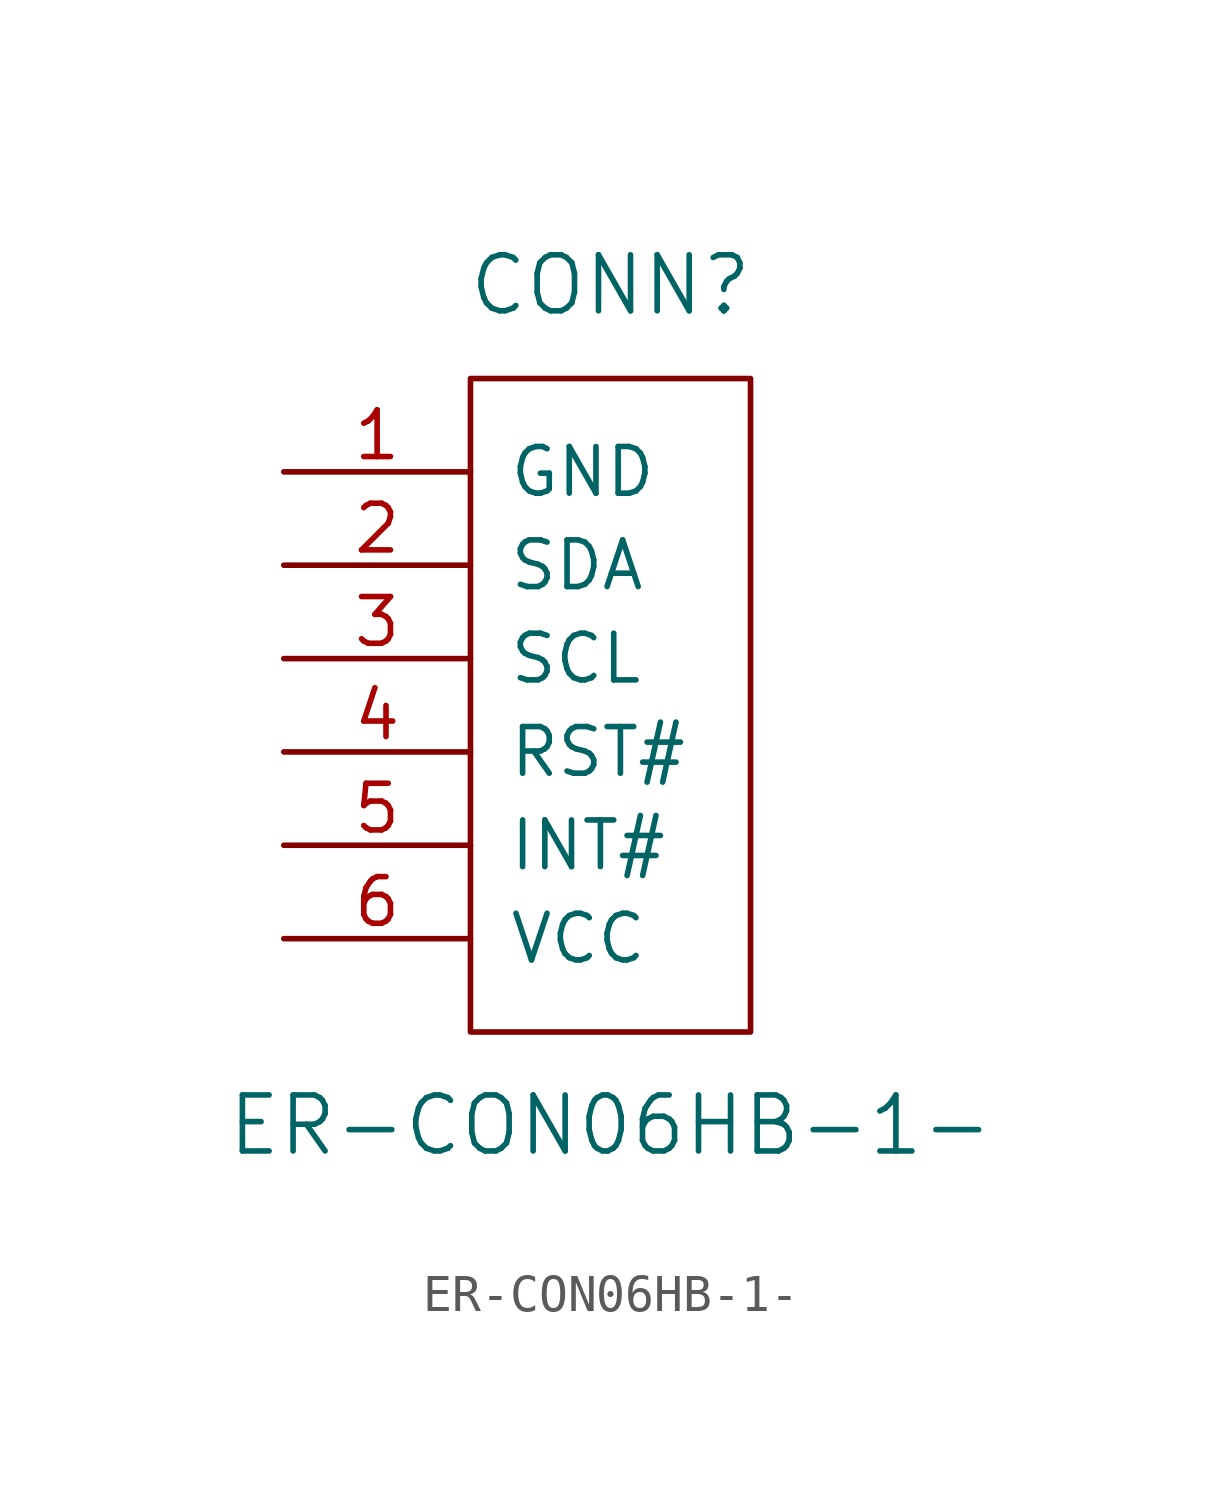
<source format=kicad_sym>
(kicad_symbol_lib
  (version 20220914)
  (generator kicad_symbol_editor)
  (symbol "ER-CON06HB-1-"
    (pin_names
      (offset 1.016))
    (property "Reference" "CONN"
      (at 0 13.97 0)
      (effects (font (size 1.524 1.524))))
    (property "Value" "ER-CON06HB-1-"
      (at 0 -8.89 0)
      (effects (font (size 1.524 1.524))))
    (symbol "ER-CON06HB-1-_0_1"
      (rectangle (start -3.81 11.43) (end 3.81 -6.35) (stroke (width 0) (type solid)) (fill (type none))))
    (symbol "ER-CON06HB-1-_1_1"
      (pin power_in line (at -8.89 8.89 0) (length 5.08) (name "GND" (effects (font (size 1.27 1.27)))) (number "1" (effects (font (size 1.27 1.27)))))
      (pin bidirectional line (at -8.89 6.35 0) (length 5.08) (name "SDA" (effects (font (size 1.27 1.27)))) (number "2" (effects (font (size 1.27 1.27)))))
      (pin bidirectional line (at -8.89 3.81 0) (length 5.08) (name "SCL" (effects (font (size 1.27 1.27)))) (number "3" (effects (font (size 1.27 1.27)))))
      (pin input line (at -8.89 1.27 0) (length 5.08) (name "RST#" (effects (font (size 1.27 1.27)))) (number "4" (effects (font (size 1.27 1.27)))))
      (pin output line (at -8.89 -1.27 0) (length 5.08) (name "INT#" (effects (font (size 1.27 1.27)))) (number "5" (effects (font (size 1.27 1.27)))))
      (pin power_in line (at -8.89 -3.81 0) (length 5.08) (name "VCC" (effects (font (size 1.27 1.27)))) (number "6" (effects (font (size 1.27 1.27))))))))
</source>
